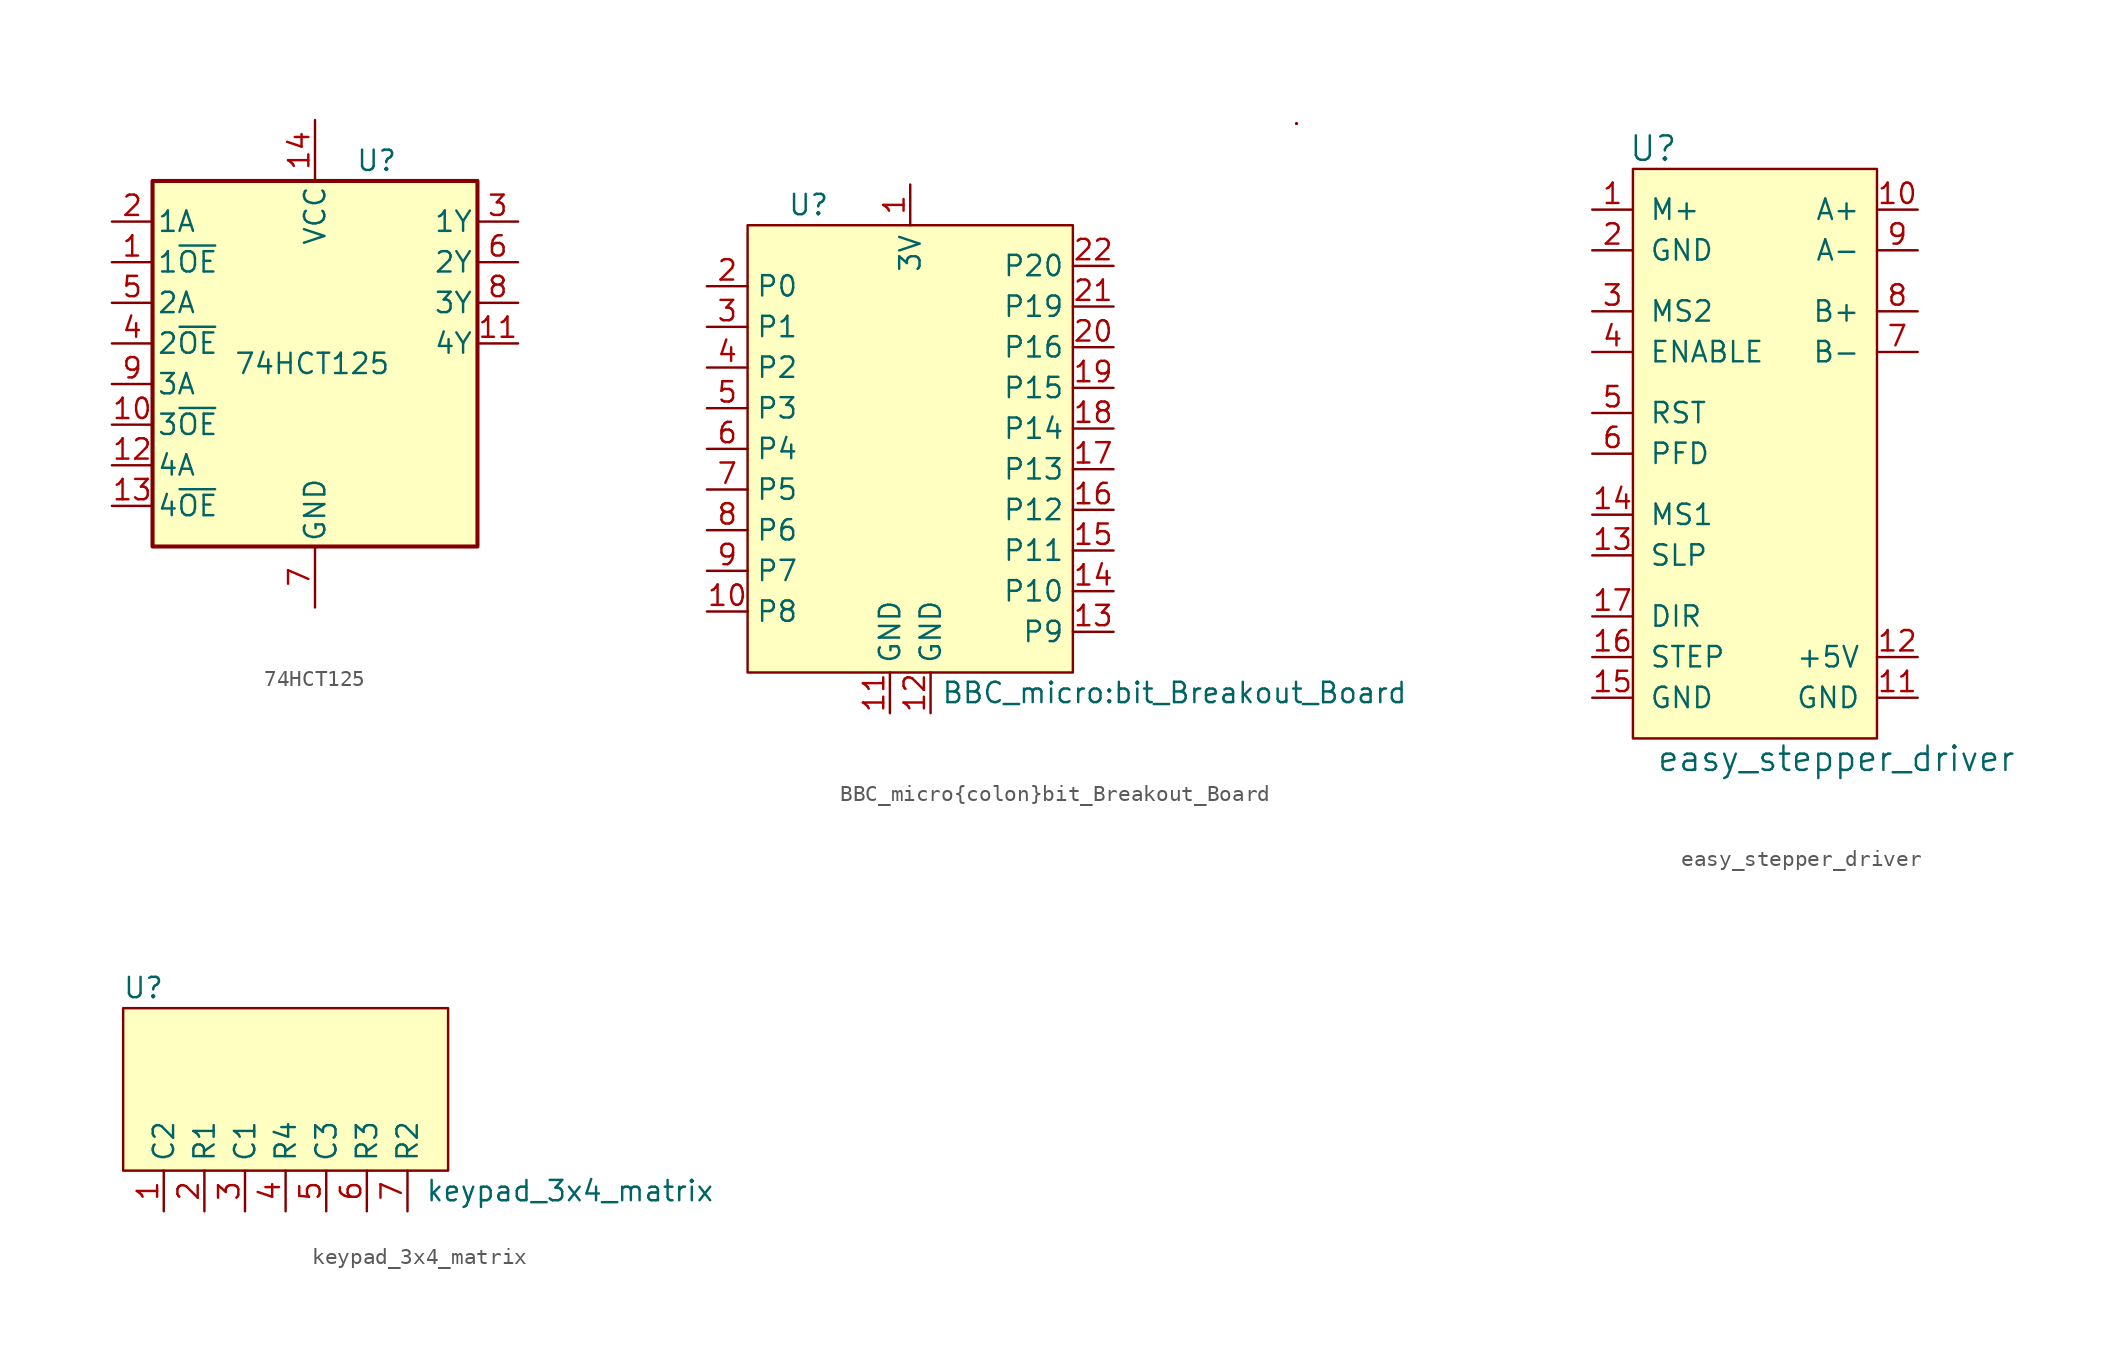
<source format=kicad_sym>
(kicad_symbol_lib
  (version 20211014)
  (generator kicad_symbol_editor)
  (symbol "74HCT125"
    (pin_names
      (offset 0.254))
    (property "Reference" "U"
      (at 2.54 15.24 0)
      (effects (font (size 1.27 1.27)) (justify left)))
    (property "Value" "74HCT125"
      (at -5.08 2.54 0)
      (effects (font (size 1.27 1.27)) (justify left)))
    (property "Footprint" ""
      (at 0 0 0)
      (effects (font (size 1.27 1.27))))
    (symbol "74HCT125_0_0"
      (pin power_in line (at 0 17.78 270) (length 3.81) (name "VCC" (effects (font (size 1.27 1.27)))) (number "14" (effects (font (size 1.27 1.27)))))
      (pin power_in line (at 0 -12.7 90) (length 3.81) (name "GND" (effects (font (size 1.27 1.27)))) (number "7" (effects (font (size 1.27 1.27))))))
    (symbol "74HCT125_0_1"
      (rectangle (start -10.16 13.97) (end 10.16 -8.89) (stroke (width 0.254) (type default) (color 0 0 0 0)) (fill (type background))))
    (symbol "74HCT125_1_1"
      (pin input line (at -12.7 8.89 0) (length 2.54) (name "1~{OE}" (effects (font (size 1.27 1.27)))) (number "1" (effects (font (size 1.27 1.27)))))
      (pin input line (at -12.7 -1.27 0) (length 2.54) (name "3~{OE}" (effects (font (size 1.27 1.27)))) (number "10" (effects (font (size 1.27 1.27)))))
      (pin output line (at 12.7 3.81 180) (length 2.54) (name "4Y" (effects (font (size 1.27 1.27)))) (number "11" (effects (font (size 1.27 1.27)))))
      (pin input line (at -12.7 -3.81 0) (length 2.54) (name "4A" (effects (font (size 1.27 1.27)))) (number "12" (effects (font (size 1.27 1.27)))))
      (pin input line (at -12.7 -6.35 0) (length 2.54) (name "4~{OE}" (effects (font (size 1.27 1.27)))) (number "13" (effects (font (size 1.27 1.27)))))
      (pin input line (at -12.7 11.43 0) (length 2.54) (name "1A" (effects (font (size 1.27 1.27)))) (number "2" (effects (font (size 1.27 1.27)))))
      (pin output line (at 12.7 11.43 180) (length 2.54) (name "1Y" (effects (font (size 1.27 1.27)))) (number "3" (effects (font (size 1.27 1.27)))))
      (pin input line (at -12.7 3.81 0) (length 2.54) (name "2~{OE}" (effects (font (size 1.27 1.27)))) (number "4" (effects (font (size 1.27 1.27)))))
      (pin input line (at -12.7 6.35 0) (length 2.54) (name "2A" (effects (font (size 1.27 1.27)))) (number "5" (effects (font (size 1.27 1.27)))))
      (pin output line (at 12.7 8.89 180) (length 2.54) (name "2Y" (effects (font (size 1.27 1.27)))) (number "6" (effects (font (size 1.27 1.27)))))
      (pin output line (at 12.7 6.35 180) (length 2.54) (name "3Y" (effects (font (size 1.27 1.27)))) (number "8" (effects (font (size 1.27 1.27)))))
      (pin input line (at -12.7 1.27 0) (length 2.54) (name "3A" (effects (font (size 1.27 1.27)))) (number "9" (effects (font (size 1.27 1.27)))))))
  (symbol "BBC_micro{colon}bit_Breakout_Board"
    (property "Reference" "U"
      (at -6.35 15.24 0)
      (effects (font (size 1.27 1.27))))
    (property "Value" "BBC_micro{colon}bit_Breakout_Board"
      (at 16.51 -15.24 0)
      (effects (font (size 1.27 1.27))))
    (symbol "BBC_micro{colon}bit_Breakout_Board_0_1"
      (rectangle (start -10.16 13.97) (end 10.16 -13.97) (stroke (width 0) (type default) (color 0 0 0 0)) (fill (type background)))
      (rectangle (start 24.13 20.32) (end 24.13 20.32) (stroke (width 0) (type default) (color 0 0 0 0)) (fill (type none)))
      (rectangle (start 24.13 20.32) (end 24.13 20.32) (stroke (width 0) (type default) (color 0 0 0 0)) (fill (type none)))
      (rectangle (start 24.13 20.32) (end 24.13 20.32) (stroke (width 0) (type default) (color 0 0 0 0)) (fill (type none)))
      (rectangle (start 24.13 20.32) (end 24.13 20.32) (stroke (width 0) (type default) (color 0 0 0 0)) (fill (type none)))
      (rectangle (start 24.13 20.32) (end 24.13 20.32) (stroke (width 0) (type default) (color 0 0 0 0)) (fill (type none))))
    (symbol "BBC_micro{colon}bit_Breakout_Board_1_1"
      (pin power_in line (at 0 16.51 270) (length 2.54) (name "3V" (effects (font (size 1.27 1.27)))) (number "1" (effects (font (size 1.27 1.27)))))
      (pin bidirectional line (at -12.7 -10.16 0) (length 2.54) (name "P8" (effects (font (size 1.27 1.27)))) (number "10" (effects (font (size 1.27 1.27)))) (alternate "GPIO1" bidirectional line))
      (pin power_in line (at -1.27 -16.51 90) (length 2.54) (name "GND" (effects (font (size 1.27 1.27)))) (number "11" (effects (font (size 1.27 1.27)))))
      (pin power_in line (at 1.27 -16.51 90) (length 2.54) (name "GND" (effects (font (size 1.27 1.27)))) (number "12" (effects (font (size 1.27 1.27)))))
      (pin bidirectional line (at 12.7 -11.43 180) (length 2.54) (name "P9" (effects (font (size 1.27 1.27)))) (number "13" (effects (font (size 1.27 1.27)))) (alternate "GPIO2" bidirectional line))
      (pin bidirectional line (at 12.7 -8.89 180) (length 2.54) (name "P10" (effects (font (size 1.27 1.27)))) (number "14" (effects (font (size 1.27 1.27)))) (alternate "LEDCOL5" bidirectional line))
      (pin bidirectional line (at 12.7 -6.35 180) (length 2.54) (name "P11" (effects (font (size 1.27 1.27)))) (number "15" (effects (font (size 1.27 1.27)))) (alternate "BTN_B" bidirectional line))
      (pin bidirectional line (at 12.7 -3.81 180) (length 2.54) (name "P12" (effects (font (size 1.27 1.27)))) (number "16" (effects (font (size 1.27 1.27)))) (alternate "GPIO4" bidirectional line))
      (pin bidirectional line (at 12.7 -1.27 180) (length 2.54) (name "P13" (effects (font (size 1.27 1.27)))) (number "17" (effects (font (size 1.27 1.27)))) (alternate "SPI(SCLK)" output line))
      (pin bidirectional line (at 12.7 1.27 180) (length 2.54) (name "P14" (effects (font (size 1.27 1.27)))) (number "18" (effects (font (size 1.27 1.27)))) (alternate "SPI(MISO)" input line))
      (pin bidirectional line (at 12.7 3.81 180) (length 2.54) (name "P15" (effects (font (size 1.27 1.27)))) (number "19" (effects (font (size 1.27 1.27)))) (alternate "SPI(MOSI)" output line))
      (pin bidirectional line (at -12.7 10.16 0) (length 2.54) (name "P0" (effects (font (size 1.27 1.27)))) (number "2" (effects (font (size 1.27 1.27)))) (alternate "RING0" bidirectional line))
      (pin bidirectional line (at 12.7 6.35 180) (length 2.54) (name "P16" (effects (font (size 1.27 1.27)))) (number "20" (effects (font (size 1.27 1.27)))) (alternate "GPIO3" bidirectional line))
      (pin bidirectional line (at 12.7 8.89 180) (length 2.54) (name "P19" (effects (font (size 1.27 1.27)))) (number "21" (effects (font (size 1.27 1.27)))) (alternate "I2C(SCL)" output line))
      (pin bidirectional line (at 12.7 11.43 180) (length 2.54) (name "P20" (effects (font (size 1.27 1.27)))) (number "22" (effects (font (size 1.27 1.27)))) (alternate "I2C(SDA)" bidirectional line))
      (pin bidirectional line (at -12.7 7.62 0) (length 2.54) (name "P1" (effects (font (size 1.27 1.27)))) (number "3" (effects (font (size 1.27 1.27)))) (alternate "RING1" bidirectional line))
      (pin bidirectional line (at -12.7 5.08 0) (length 2.54) (name "P2" (effects (font (size 1.27 1.27)))) (number "4" (effects (font (size 1.27 1.27)))) (alternate "RING2" bidirectional line))
      (pin bidirectional line (at -12.7 2.54 0) (length 2.54) (name "P3" (effects (font (size 1.27 1.27)))) (number "5" (effects (font (size 1.27 1.27)))) (alternate "LEDCOL3" bidirectional line))
      (pin bidirectional line (at -12.7 0 0) (length 2.54) (name "P4" (effects (font (size 1.27 1.27)))) (number "6" (effects (font (size 1.27 1.27)))) (alternate "LEDCOL1" bidirectional line))
      (pin bidirectional line (at -12.7 -2.54 0) (length 2.54) (name "P5" (effects (font (size 1.27 1.27)))) (number "7" (effects (font (size 1.27 1.27)))) (alternate "BTN_A" bidirectional line))
      (pin bidirectional line (at -12.7 -5.08 0) (length 2.54) (name "P6" (effects (font (size 1.27 1.27)))) (number "8" (effects (font (size 1.27 1.27)))) (alternate "LEDCOL4" bidirectional line))
      (pin bidirectional line (at -12.7 -7.62 0) (length 2.54) (name "P7" (effects (font (size 1.27 1.27)))) (number "9" (effects (font (size 1.27 1.27)))) (alternate "LEDCOL2" bidirectional line))))
  (symbol "easy_stepper_driver"
    (pin_names
      (offset 1.016))
    (property "Reference" "U"
      (at -6.35 10.16 0)
      (effects (font (size 1.524 1.524))))
    (property "Value" "easy_stepper_driver"
      (at 5.08 -27.94 0)
      (effects (font (size 1.524 1.524))))
    (symbol "easy_stepper_driver_0_1"
      (rectangle (start -7.62 8.89) (end 7.62 -26.67) (stroke (width 0) (type default) (color 0 0 0 0)) (fill (type background))))
    (symbol "easy_stepper_driver_1_1"
      (pin power_in line (at -10.16 6.35 0) (length 2.54) (name "M+" (effects (font (size 1.27 1.27)))) (number "1" (effects (font (size 1.27 1.27)))))
      (pin output line (at 10.16 6.35 180) (length 2.54) (name "A+" (effects (font (size 1.27 1.27)))) (number "10" (effects (font (size 1.27 1.27)))))
      (pin power_out line (at 10.16 -24.13 180) (length 2.54) (name "GND" (effects (font (size 1.27 1.27)))) (number "11" (effects (font (size 1.27 1.27)))))
      (pin power_out line (at 10.16 -21.59 180) (length 2.54) (name "+5V" (effects (font (size 1.27 1.27)))) (number "12" (effects (font (size 1.27 1.27)))))
      (pin input line (at -10.16 -15.24 0) (length 2.54) (name "SLP" (effects (font (size 1.27 1.27)))) (number "13" (effects (font (size 1.27 1.27)))))
      (pin input line (at -10.16 -12.7 0) (length 2.54) (name "MS1" (effects (font (size 1.27 1.27)))) (number "14" (effects (font (size 1.27 1.27)))))
      (pin power_in line (at -10.16 -24.13 0) (length 2.54) (name "GND" (effects (font (size 1.27 1.27)))) (number "15" (effects (font (size 1.27 1.27)))))
      (pin input line (at -10.16 -21.59 0) (length 2.54) (name "STEP" (effects (font (size 1.27 1.27)))) (number "16" (effects (font (size 1.27 1.27)))))
      (pin input line (at -10.16 -19.05 0) (length 2.54) (name "DIR" (effects (font (size 1.27 1.27)))) (number "17" (effects (font (size 1.27 1.27)))))
      (pin power_in line (at -10.16 3.81 0) (length 2.54) (name "GND" (effects (font (size 1.27 1.27)))) (number "2" (effects (font (size 1.27 1.27)))))
      (pin input line (at -10.16 0 0) (length 2.54) (name "MS2" (effects (font (size 1.27 1.27)))) (number "3" (effects (font (size 1.27 1.27)))))
      (pin input line (at -10.16 -2.54 0) (length 2.54) (name "ENABLE" (effects (font (size 1.27 1.27)))) (number "4" (effects (font (size 1.27 1.27)))))
      (pin input line (at -10.16 -6.35 0) (length 2.54) (name "RST" (effects (font (size 1.27 1.27)))) (number "5" (effects (font (size 1.27 1.27)))))
      (pin input line (at -10.16 -8.89 0) (length 2.54) (name "PFD" (effects (font (size 1.27 1.27)))) (number "6" (effects (font (size 1.27 1.27)))))
      (pin output line (at 10.16 -2.54 180) (length 2.54) (name "B-" (effects (font (size 1.27 1.27)))) (number "7" (effects (font (size 1.27 1.27)))))
      (pin output line (at 10.16 0 180) (length 2.54) (name "B+" (effects (font (size 1.27 1.27)))) (number "8" (effects (font (size 1.27 1.27)))))
      (pin output line (at 10.16 3.81 180) (length 2.54) (name "A-" (effects (font (size 1.27 1.27)))) (number "9" (effects (font (size 1.27 1.27)))))))
  (symbol "keypad_3x4_matrix"
    (property "Reference" "U"
      (at -8.89 7.62 0)
      (effects (font (size 1.27 1.27))))
    (property "Value" "keypad_3x4_matrix"
      (at 17.78 -5.08 0)
      (effects (font (size 1.27 1.27))))
    (symbol "keypad_3x4_matrix_0_1"
      (rectangle (start -10.16 6.35) (end 10.16 -3.81) (stroke (width 0) (type default) (color 0 0 0 0)) (fill (type background))))
    (symbol "keypad_3x4_matrix_1_1"
      (pin output line (at -7.62 -6.35 90) (length 2.54) (name "C2" (effects (font (size 1.27 1.27)))) (number "1" (effects (font (size 1.27 1.27)))))
      (pin output line (at -5.08 -6.35 90) (length 2.54) (name "R1" (effects (font (size 1.27 1.27)))) (number "2" (effects (font (size 1.27 1.27)))))
      (pin output line (at -2.54 -6.35 90) (length 2.54) (name "C1" (effects (font (size 1.27 1.27)))) (number "3" (effects (font (size 1.27 1.27)))))
      (pin output line (at 0 -6.35 90) (length 2.54) (name "R4" (effects (font (size 1.27 1.27)))) (number "4" (effects (font (size 1.27 1.27)))))
      (pin output line (at 2.54 -6.35 90) (length 2.54) (name "C3" (effects (font (size 1.27 1.27)))) (number "5" (effects (font (size 1.27 1.27)))))
      (pin output line (at 5.08 -6.35 90) (length 2.54) (name "R3" (effects (font (size 1.27 1.27)))) (number "6" (effects (font (size 1.27 1.27)))))
      (pin output line (at 7.62 -6.35 90) (length 2.54) (name "R2" (effects (font (size 1.27 1.27)))) (number "7" (effects (font (size 1.27 1.27))))))))
</source>
